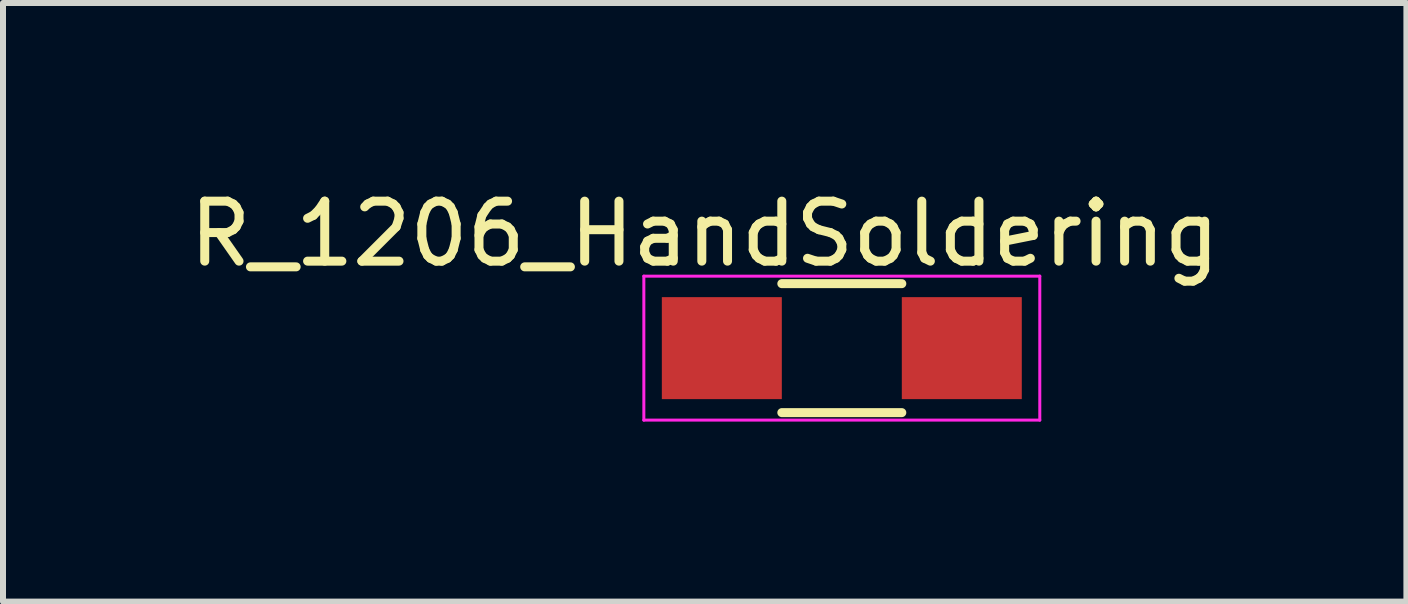
<source format=kicad_pcb>
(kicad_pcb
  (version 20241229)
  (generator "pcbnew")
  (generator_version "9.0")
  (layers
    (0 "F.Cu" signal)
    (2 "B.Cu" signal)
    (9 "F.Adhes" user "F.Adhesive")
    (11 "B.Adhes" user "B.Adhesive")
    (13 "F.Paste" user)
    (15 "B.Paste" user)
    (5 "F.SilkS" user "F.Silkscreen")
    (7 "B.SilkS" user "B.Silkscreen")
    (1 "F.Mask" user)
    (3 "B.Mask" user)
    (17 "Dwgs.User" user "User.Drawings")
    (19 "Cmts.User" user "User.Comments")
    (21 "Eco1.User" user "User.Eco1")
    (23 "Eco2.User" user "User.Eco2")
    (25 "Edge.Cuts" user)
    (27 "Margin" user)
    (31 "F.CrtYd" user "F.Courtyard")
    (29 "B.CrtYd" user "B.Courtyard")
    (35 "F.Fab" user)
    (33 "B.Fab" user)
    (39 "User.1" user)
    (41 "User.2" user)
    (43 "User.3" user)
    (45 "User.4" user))
  (footprint "R_1206_HandSoldering"
    (layer "F.Cu")
    (at 10.982 2.753)
    (property "Reference" "R_1206_HandSoldering" (at -2.286 -1.905 0) (layer "F.SilkS") (effects (font (size 1 1) (thickness 0.15))))
    (attr smd)
    (fp_line (start -1 -1.075) (end 1 -1.075) (stroke (width 0.15) (type solid)) (layer "F.SilkS"))
    (fp_line (start 1 1.075) (end -1 1.075) (stroke (width 0.15) (type solid)) (layer "F.SilkS"))
    (fp_line (start -3.3 -1.2) (end -3.3 1.2) (stroke (width 0.05) (type solid)) (layer "F.CrtYd"))
    (fp_line (start -3.3 -1.2) (end 3.3 -1.2) (stroke (width 0.05) (type solid)) (layer "F.CrtYd"))
    (fp_line (start -3.3 1.2) (end 3.3 1.2) (stroke (width 0.05) (type solid)) (layer "F.CrtYd"))
    (fp_line (start 3.3 -1.2) (end 3.3 1.2) (stroke (width 0.05) (type solid)) (layer "F.CrtYd"))
    (pad "1" smd rect (at -2 0) (size 2 1.7) (layers "F.Cu" "F.Mask" "F.Paste"))
    (pad "2" smd rect (at 2 0) (size 2 1.7) (layers "F.Cu" "F.Mask" "F.Paste")))
  (gr_rect
    (start -3 -3)
    (end 20.393 6.978)
    (stroke (width 0.1) (type default))
    (fill no)
    (layer "Edge.Cuts")))
</source>
